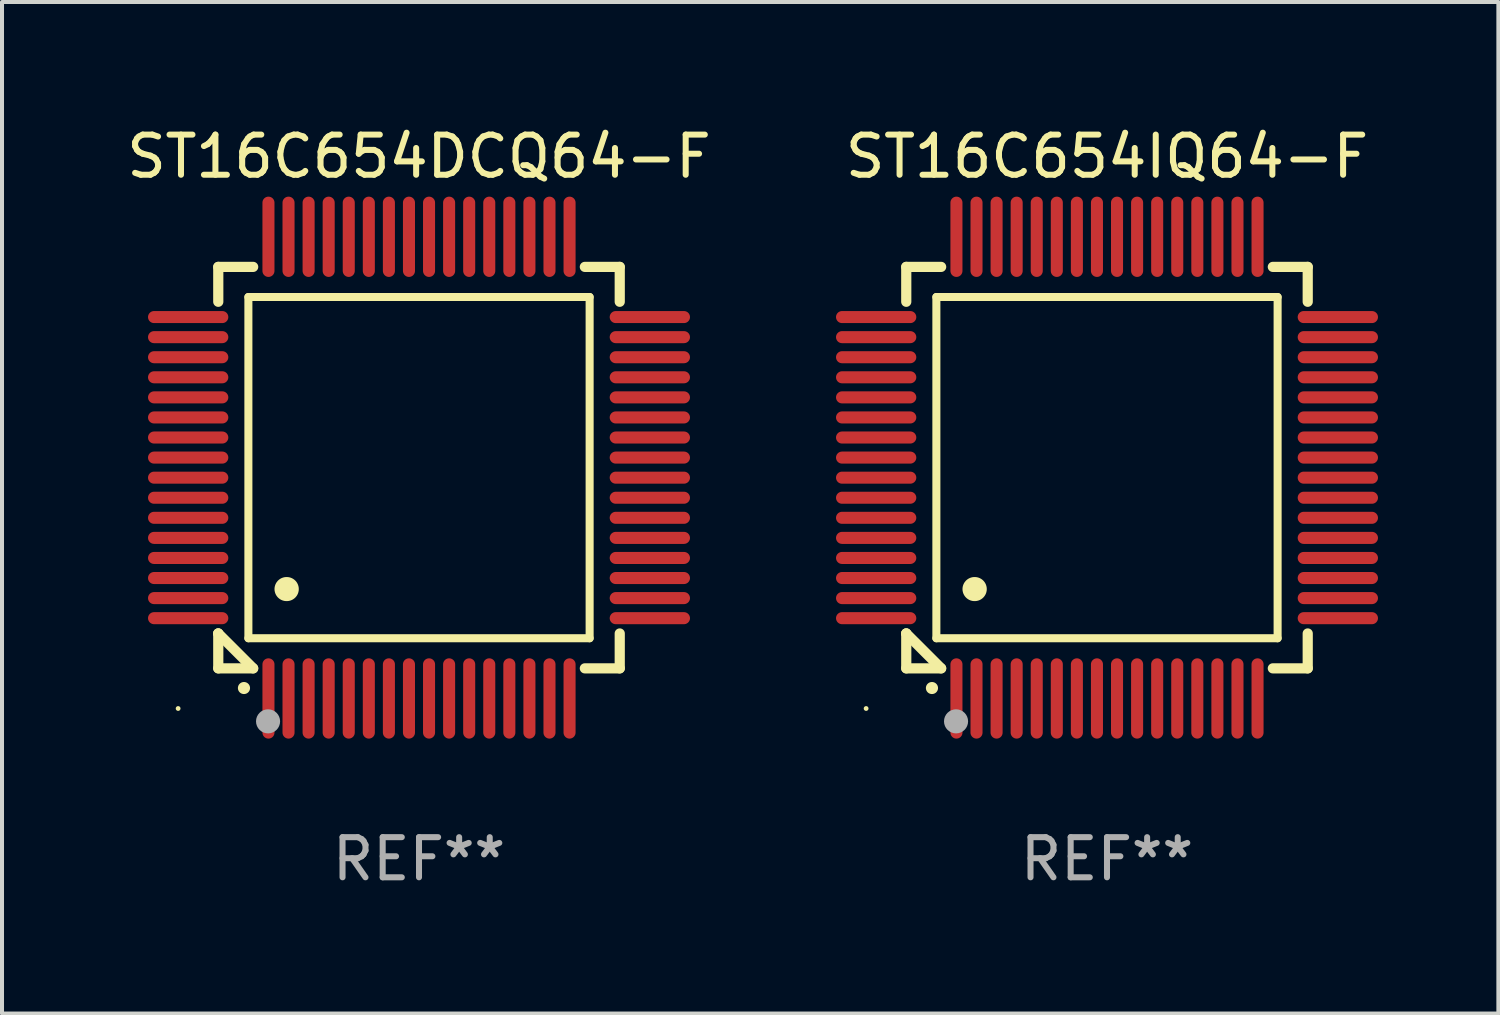
<source format=kicad_pcb>
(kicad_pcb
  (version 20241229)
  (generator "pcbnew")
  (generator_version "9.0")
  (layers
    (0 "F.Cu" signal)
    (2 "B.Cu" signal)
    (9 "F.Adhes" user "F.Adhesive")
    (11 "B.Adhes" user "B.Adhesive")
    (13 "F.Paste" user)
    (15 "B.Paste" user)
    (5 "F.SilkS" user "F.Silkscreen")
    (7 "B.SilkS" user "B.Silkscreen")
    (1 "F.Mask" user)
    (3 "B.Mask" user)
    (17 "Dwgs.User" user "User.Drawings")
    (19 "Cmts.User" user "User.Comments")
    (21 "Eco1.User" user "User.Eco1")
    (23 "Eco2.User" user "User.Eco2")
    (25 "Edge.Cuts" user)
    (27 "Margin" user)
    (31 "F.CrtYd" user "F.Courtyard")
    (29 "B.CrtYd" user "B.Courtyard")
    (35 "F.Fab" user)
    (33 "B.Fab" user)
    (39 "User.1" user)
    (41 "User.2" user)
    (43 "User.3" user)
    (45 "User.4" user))
  (footprint "ST16C654DCQ64-F"
    (layer "F.Cu")
    (at 7.387 8.598)
    (property "Reference" "ST16C654DCQ64-F" (at 0 -7.75 0) (layer "F.SilkS") (effects (font (size 1 1) (thickness 0.15))))
    (attr through_hole)
    (fp_line (start -5 -5) (end -4.131 -5) (stroke (width 0.254) (type solid)) (layer "F.SilkS"))
    (fp_line (start -5 -4.131) (end -5 -5) (stroke (width 0.254) (type solid)) (layer "F.SilkS"))
    (fp_line (start -5 4.131) (end -5 4.131) (stroke (width 0.254) (type solid)) (layer "F.SilkS"))
    (fp_line (start -5 5) (end -5 4.131) (stroke (width 0.254) (type solid)) (layer "F.SilkS"))
    (fp_line (start -5 4.131) (end -4.131 5) (stroke (width 0.254) (type solid)) (layer "F.SilkS"))
    (fp_line (start -4.25 -4.25) (end -4.25 4.25) (stroke (width 0.2) (type solid)) (layer "F.SilkS"))
    (fp_line (start -4.25 4.25) (end 4.25 4.25) (stroke (width 0.2) (type solid)) (layer "F.SilkS"))
    (fp_line (start -4.131 5) (end -5 5) (stroke (width 0.254) (type solid)) (layer "F.SilkS"))
    (fp_line (start 4.25 -4.25) (end -4.25 -4.25) (stroke (width 0.2) (type solid)) (layer "F.SilkS"))
    (fp_line (start 4.25 4.25) (end 4.25 -4.25) (stroke (width 0.2) (type solid)) (layer "F.SilkS"))
    (fp_line (start 5 -5) (end 4.131 -5) (stroke (width 0.254) (type solid)) (layer "F.SilkS"))
    (fp_line (start 5 -5) (end 5 -4.131) (stroke (width 0.254) (type solid)) (layer "F.SilkS"))
    (fp_line (start 5 4.131) (end 5 5) (stroke (width 0.254) (type solid)) (layer "F.SilkS"))
    (fp_line (start 5 5) (end 4.131 5) (stroke (width 0.254) (type solid)) (layer "F.SilkS"))
    (fp_arc (start -4.361265 5.489992) (mid -4.359995 5.489987) (end -4.358725 5.489992) (stroke (width 0.3) (type solid)) (layer "F.SilkS"))
    (fp_arc (start -3.299467 3.025146) (mid -3.296927 3.025135) (end -3.294387 3.025146) (stroke (width 0.6) (type solid)) (layer "F.SilkS"))
    (fp_circle (center -6 6) (end -5.97 6) (stroke (width 0.06) (type solid)) (fill no) (layer "F.SilkS"))
    (fp_circle (center -3.76 6.32) (end -3.61 6.32) (stroke (width 0.3) (type solid)) (fill no) (layer "F.Fab"))
    (fp_text user "REF**" (at 0 9.75 0) (layer "F.Fab") (effects (font (size 1 1) (thickness 0.15))))
    (pad "1" smd oval (at -3.75 5.75) (size 0.3 2) (layers "F.Cu" "F.Mask" "F.Paste"))
    (pad "2" smd oval (at -3.25 5.75) (size 0.3 2) (layers "F.Cu" "F.Mask" "F.Paste"))
    (pad "3" smd oval (at -2.75 5.75) (size 0.3 2) (layers "F.Cu" "F.Mask" "F.Paste"))
    (pad "4" smd oval (at -2.25 5.75) (size 0.3 2) (layers "F.Cu" "F.Mask" "F.Paste"))
    (pad "5" smd oval (at -1.75 5.75) (size 0.3 2) (layers "F.Cu" "F.Mask" "F.Paste"))
    (pad "6" smd oval (at -1.25 5.75) (size 0.3 2) (layers "F.Cu" "F.Mask" "F.Paste"))
    (pad "7" smd oval (at -0.75 5.75) (size 0.3 2) (layers "F.Cu" "F.Mask" "F.Paste"))
    (pad "8" smd oval (at -0.25 5.75) (size 0.3 2) (layers "F.Cu" "F.Mask" "F.Paste"))
    (pad "9" smd oval (at 0.25 5.75) (size 0.3 2) (layers "F.Cu" "F.Mask" "F.Paste"))
    (pad "10" smd oval (at 0.75 5.75) (size 0.3 2) (layers "F.Cu" "F.Mask" "F.Paste"))
    (pad "11" smd oval (at 1.25 5.75) (size 0.3 2) (layers "F.Cu" "F.Mask" "F.Paste"))
    (pad "12" smd oval (at 1.75 5.75) (size 0.3 2) (layers "F.Cu" "F.Mask" "F.Paste"))
    (pad "13" smd oval (at 2.25 5.75) (size 0.3 2) (layers "F.Cu" "F.Mask" "F.Paste"))
    (pad "14" smd oval (at 2.75 5.75) (size 0.3 2) (layers "F.Cu" "F.Mask" "F.Paste"))
    (pad "15" smd oval (at 3.25 5.75) (size 0.3 2) (layers "F.Cu" "F.Mask" "F.Paste"))
    (pad "16" smd oval (at 3.75 5.75) (size 0.3 2) (layers "F.Cu" "F.Mask" "F.Paste"))
    (pad "17" smd oval (at 5.75 3.75) (size 2 0.3) (layers "F.Cu" "F.Mask" "F.Paste"))
    (pad "18" smd oval (at 5.75 3.25) (size 2 0.3) (layers "F.Cu" "F.Mask" "F.Paste"))
    (pad "19" smd oval (at 5.75 2.75) (size 2 0.3) (layers "F.Cu" "F.Mask" "F.Paste"))
    (pad "20" smd oval (at 5.75 2.25) (size 2 0.3) (layers "F.Cu" "F.Mask" "F.Paste"))
    (pad "21" smd oval (at 5.75 1.75) (size 2 0.3) (layers "F.Cu" "F.Mask" "F.Paste"))
    (pad "22" smd oval (at 5.75 1.25) (size 2 0.3) (layers "F.Cu" "F.Mask" "F.Paste"))
    (pad "23" smd oval (at 5.75 0.75) (size 2 0.3) (layers "F.Cu" "F.Mask" "F.Paste"))
    (pad "24" smd oval (at 5.75 0.25) (size 2 0.3) (layers "F.Cu" "F.Mask" "F.Paste"))
    (pad "25" smd oval (at 5.75 -0.25) (size 2 0.3) (layers "F.Cu" "F.Mask" "F.Paste"))
    (pad "26" smd oval (at 5.75 -0.75) (size 2 0.3) (layers "F.Cu" "F.Mask" "F.Paste"))
    (pad "27" smd oval (at 5.75 -1.25) (size 2 0.3) (layers "F.Cu" "F.Mask" "F.Paste"))
    (pad "28" smd oval (at 5.75 -1.75) (size 2 0.3) (layers "F.Cu" "F.Mask" "F.Paste"))
    (pad "29" smd oval (at 5.75 -2.25) (size 2 0.3) (layers "F.Cu" "F.Mask" "F.Paste"))
    (pad "30" smd oval (at 5.75 -2.75) (size 2 0.3) (layers "F.Cu" "F.Mask" "F.Paste"))
    (pad "31" smd oval (at 5.75 -3.25) (size 2 0.3) (layers "F.Cu" "F.Mask" "F.Paste"))
    (pad "32" smd oval (at 5.75 -3.75) (size 2 0.3) (layers "F.Cu" "F.Mask" "F.Paste"))
    (pad "33" smd oval (at 3.75 -5.75) (size 0.3 2) (layers "F.Cu" "F.Mask" "F.Paste"))
    (pad "34" smd oval (at 3.25 -5.75) (size 0.3 2) (layers "F.Cu" "F.Mask" "F.Paste"))
    (pad "35" smd oval (at 2.75 -5.75) (size 0.3 2) (layers "F.Cu" "F.Mask" "F.Paste"))
    (pad "36" smd oval (at 2.25 -5.75) (size 0.3 2) (layers "F.Cu" "F.Mask" "F.Paste"))
    (pad "37" smd oval (at 1.75 -5.75) (size 0.3 2) (layers "F.Cu" "F.Mask" "F.Paste"))
    (pad "38" smd oval (at 1.25 -5.75) (size 0.3 2) (layers "F.Cu" "F.Mask" "F.Paste"))
    (pad "39" smd oval (at 0.75 -5.75) (size 0.3 2) (layers "F.Cu" "F.Mask" "F.Paste"))
    (pad "40" smd oval (at 0.25 -5.75) (size 0.3 2) (layers "F.Cu" "F.Mask" "F.Paste"))
    (pad "41" smd oval (at -0.25 -5.75) (size 0.3 2) (layers "F.Cu" "F.Mask" "F.Paste"))
    (pad "42" smd oval (at -0.75 -5.75) (size 0.3 2) (layers "F.Cu" "F.Mask" "F.Paste"))
    (pad "43" smd oval (at -1.25 -5.75) (size 0.3 2) (layers "F.Cu" "F.Mask" "F.Paste"))
    (pad "44" smd oval (at -1.75 -5.75) (size 0.3 2) (layers "F.Cu" "F.Mask" "F.Paste"))
    (pad "45" smd oval (at -2.25 -5.75) (size 0.3 2) (layers "F.Cu" "F.Mask" "F.Paste"))
    (pad "46" smd oval (at -2.75 -5.75) (size 0.3 2) (layers "F.Cu" "F.Mask" "F.Paste"))
    (pad "47" smd oval (at -3.25 -5.75) (size 0.3 2) (layers "F.Cu" "F.Mask" "F.Paste"))
    (pad "48" smd oval (at -3.75 -5.75) (size 0.3 2) (layers "F.Cu" "F.Mask" "F.Paste"))
    (pad "49" smd oval (at -5.75 -3.75) (size 2 0.3) (layers "F.Cu" "F.Mask" "F.Paste"))
    (pad "50" smd oval (at -5.75 -3.25) (size 2 0.3) (layers "F.Cu" "F.Mask" "F.Paste"))
    (pad "51" smd oval (at -5.75 -2.75) (size 2 0.3) (layers "F.Cu" "F.Mask" "F.Paste"))
    (pad "52" smd oval (at -5.75 -2.25) (size 2 0.3) (layers "F.Cu" "F.Mask" "F.Paste"))
    (pad "53" smd oval (at -5.75 -1.75) (size 2 0.3) (layers "F.Cu" "F.Mask" "F.Paste"))
    (pad "54" smd oval (at -5.75 -1.25) (size 2 0.3) (layers "F.Cu" "F.Mask" "F.Paste"))
    (pad "55" smd oval (at -5.75 -0.75) (size 2 0.3) (layers "F.Cu" "F.Mask" "F.Paste"))
    (pad "56" smd oval (at -5.75 -0.25) (size 2 0.3) (layers "F.Cu" "F.Mask" "F.Paste"))
    (pad "57" smd oval (at -5.75 0.25) (size 2 0.3) (layers "F.Cu" "F.Mask" "F.Paste"))
    (pad "58" smd oval (at -5.75 0.75) (size 2 0.3) (layers "F.Cu" "F.Mask" "F.Paste"))
    (pad "59" smd oval (at -5.75 1.25) (size 2 0.3) (layers "F.Cu" "F.Mask" "F.Paste"))
    (pad "60" smd oval (at -5.75 1.75) (size 2 0.3) (layers "F.Cu" "F.Mask" "F.Paste"))
    (pad "61" smd oval (at -5.75 2.25) (size 2 0.3) (layers "F.Cu" "F.Mask" "F.Paste"))
    (pad "62" smd oval (at -5.75 2.75) (size 2 0.3) (layers "F.Cu" "F.Mask" "F.Paste"))
    (pad "63" smd oval (at -5.75 3.25) (size 2 0.3) (layers "F.Cu" "F.Mask" "F.Paste"))
    (pad "64" smd oval (at -5.75 3.75) (size 2 0.3) (layers "F.Cu" "F.Mask" "F.Paste")))
  (footprint "ST16C654IQ64-F"
    (layer "F.Cu")
    (at 24.524 8.598)
    (property "Reference" "ST16C654IQ64-F" (at 0 -7.75 0) (layer "F.SilkS") (effects (font (size 1 1) (thickness 0.15))))
    (attr through_hole)
    (fp_line (start -5 -5) (end -4.131 -5) (stroke (width 0.254) (type solid)) (layer "F.SilkS"))
    (fp_line (start -5 -4.131) (end -5 -5) (stroke (width 0.254) (type solid)) (layer "F.SilkS"))
    (fp_line (start -5 4.131) (end -5 4.131) (stroke (width 0.254) (type solid)) (layer "F.SilkS"))
    (fp_line (start -5 5) (end -5 4.131) (stroke (width 0.254) (type solid)) (layer "F.SilkS"))
    (fp_line (start -5 4.131) (end -4.131 5) (stroke (width 0.254) (type solid)) (layer "F.SilkS"))
    (fp_line (start -4.25 -4.25) (end -4.25 4.25) (stroke (width 0.2) (type solid)) (layer "F.SilkS"))
    (fp_line (start -4.25 4.25) (end 4.25 4.25) (stroke (width 0.2) (type solid)) (layer "F.SilkS"))
    (fp_line (start -4.131 5) (end -5 5) (stroke (width 0.254) (type solid)) (layer "F.SilkS"))
    (fp_line (start 4.25 -4.25) (end -4.25 -4.25) (stroke (width 0.2) (type solid)) (layer "F.SilkS"))
    (fp_line (start 4.25 4.25) (end 4.25 -4.25) (stroke (width 0.2) (type solid)) (layer "F.SilkS"))
    (fp_line (start 5 -5) (end 4.131 -5) (stroke (width 0.254) (type solid)) (layer "F.SilkS"))
    (fp_line (start 5 -5) (end 5 -4.131) (stroke (width 0.254) (type solid)) (layer "F.SilkS"))
    (fp_line (start 5 4.131) (end 5 5) (stroke (width 0.254) (type solid)) (layer "F.SilkS"))
    (fp_line (start 5 5) (end 4.131 5) (stroke (width 0.254) (type solid)) (layer "F.SilkS"))
    (fp_arc (start -4.361265 5.489992) (mid -4.359995 5.489987) (end -4.358725 5.489992) (stroke (width 0.3) (type solid)) (layer "F.SilkS"))
    (fp_arc (start -3.299467 3.025146) (mid -3.296927 3.025135) (end -3.294387 3.025146) (stroke (width 0.6) (type solid)) (layer "F.SilkS"))
    (fp_circle (center -6 6) (end -5.97 6) (stroke (width 0.06) (type solid)) (fill no) (layer "F.SilkS"))
    (fp_circle (center -3.76 6.32) (end -3.61 6.32) (stroke (width 0.3) (type solid)) (fill no) (layer "F.Fab"))
    (fp_text user "REF**" (at 0 9.75 0) (layer "F.Fab") (effects (font (size 1 1) (thickness 0.15))))
    (pad "1" smd oval (at -3.75 5.75) (size 0.3 2) (layers "F.Cu" "F.Mask" "F.Paste"))
    (pad "2" smd oval (at -3.25 5.75) (size 0.3 2) (layers "F.Cu" "F.Mask" "F.Paste"))
    (pad "3" smd oval (at -2.75 5.75) (size 0.3 2) (layers "F.Cu" "F.Mask" "F.Paste"))
    (pad "4" smd oval (at -2.25 5.75) (size 0.3 2) (layers "F.Cu" "F.Mask" "F.Paste"))
    (pad "5" smd oval (at -1.75 5.75) (size 0.3 2) (layers "F.Cu" "F.Mask" "F.Paste"))
    (pad "6" smd oval (at -1.25 5.75) (size 0.3 2) (layers "F.Cu" "F.Mask" "F.Paste"))
    (pad "7" smd oval (at -0.75 5.75) (size 0.3 2) (layers "F.Cu" "F.Mask" "F.Paste"))
    (pad "8" smd oval (at -0.25 5.75) (size 0.3 2) (layers "F.Cu" "F.Mask" "F.Paste"))
    (pad "9" smd oval (at 0.25 5.75) (size 0.3 2) (layers "F.Cu" "F.Mask" "F.Paste"))
    (pad "10" smd oval (at 0.75 5.75) (size 0.3 2) (layers "F.Cu" "F.Mask" "F.Paste"))
    (pad "11" smd oval (at 1.25 5.75) (size 0.3 2) (layers "F.Cu" "F.Mask" "F.Paste"))
    (pad "12" smd oval (at 1.75 5.75) (size 0.3 2) (layers "F.Cu" "F.Mask" "F.Paste"))
    (pad "13" smd oval (at 2.25 5.75) (size 0.3 2) (layers "F.Cu" "F.Mask" "F.Paste"))
    (pad "14" smd oval (at 2.75 5.75) (size 0.3 2) (layers "F.Cu" "F.Mask" "F.Paste"))
    (pad "15" smd oval (at 3.25 5.75) (size 0.3 2) (layers "F.Cu" "F.Mask" "F.Paste"))
    (pad "16" smd oval (at 3.75 5.75) (size 0.3 2) (layers "F.Cu" "F.Mask" "F.Paste"))
    (pad "17" smd oval (at 5.75 3.75) (size 2 0.3) (layers "F.Cu" "F.Mask" "F.Paste"))
    (pad "18" smd oval (at 5.75 3.25) (size 2 0.3) (layers "F.Cu" "F.Mask" "F.Paste"))
    (pad "19" smd oval (at 5.75 2.75) (size 2 0.3) (layers "F.Cu" "F.Mask" "F.Paste"))
    (pad "20" smd oval (at 5.75 2.25) (size 2 0.3) (layers "F.Cu" "F.Mask" "F.Paste"))
    (pad "21" smd oval (at 5.75 1.75) (size 2 0.3) (layers "F.Cu" "F.Mask" "F.Paste"))
    (pad "22" smd oval (at 5.75 1.25) (size 2 0.3) (layers "F.Cu" "F.Mask" "F.Paste"))
    (pad "23" smd oval (at 5.75 0.75) (size 2 0.3) (layers "F.Cu" "F.Mask" "F.Paste"))
    (pad "24" smd oval (at 5.75 0.25) (size 2 0.3) (layers "F.Cu" "F.Mask" "F.Paste"))
    (pad "25" smd oval (at 5.75 -0.25) (size 2 0.3) (layers "F.Cu" "F.Mask" "F.Paste"))
    (pad "26" smd oval (at 5.75 -0.75) (size 2 0.3) (layers "F.Cu" "F.Mask" "F.Paste"))
    (pad "27" smd oval (at 5.75 -1.25) (size 2 0.3) (layers "F.Cu" "F.Mask" "F.Paste"))
    (pad "28" smd oval (at 5.75 -1.75) (size 2 0.3) (layers "F.Cu" "F.Mask" "F.Paste"))
    (pad "29" smd oval (at 5.75 -2.25) (size 2 0.3) (layers "F.Cu" "F.Mask" "F.Paste"))
    (pad "30" smd oval (at 5.75 -2.75) (size 2 0.3) (layers "F.Cu" "F.Mask" "F.Paste"))
    (pad "31" smd oval (at 5.75 -3.25) (size 2 0.3) (layers "F.Cu" "F.Mask" "F.Paste"))
    (pad "32" smd oval (at 5.75 -3.75) (size 2 0.3) (layers "F.Cu" "F.Mask" "F.Paste"))
    (pad "33" smd oval (at 3.75 -5.75) (size 0.3 2) (layers "F.Cu" "F.Mask" "F.Paste"))
    (pad "34" smd oval (at 3.25 -5.75) (size 0.3 2) (layers "F.Cu" "F.Mask" "F.Paste"))
    (pad "35" smd oval (at 2.75 -5.75) (size 0.3 2) (layers "F.Cu" "F.Mask" "F.Paste"))
    (pad "36" smd oval (at 2.25 -5.75) (size 0.3 2) (layers "F.Cu" "F.Mask" "F.Paste"))
    (pad "37" smd oval (at 1.75 -5.75) (size 0.3 2) (layers "F.Cu" "F.Mask" "F.Paste"))
    (pad "38" smd oval (at 1.25 -5.75) (size 0.3 2) (layers "F.Cu" "F.Mask" "F.Paste"))
    (pad "39" smd oval (at 0.75 -5.75) (size 0.3 2) (layers "F.Cu" "F.Mask" "F.Paste"))
    (pad "40" smd oval (at 0.25 -5.75) (size 0.3 2) (layers "F.Cu" "F.Mask" "F.Paste"))
    (pad "41" smd oval (at -0.25 -5.75) (size 0.3 2) (layers "F.Cu" "F.Mask" "F.Paste"))
    (pad "42" smd oval (at -0.75 -5.75) (size 0.3 2) (layers "F.Cu" "F.Mask" "F.Paste"))
    (pad "43" smd oval (at -1.25 -5.75) (size 0.3 2) (layers "F.Cu" "F.Mask" "F.Paste"))
    (pad "44" smd oval (at -1.75 -5.75) (size 0.3 2) (layers "F.Cu" "F.Mask" "F.Paste"))
    (pad "45" smd oval (at -2.25 -5.75) (size 0.3 2) (layers "F.Cu" "F.Mask" "F.Paste"))
    (pad "46" smd oval (at -2.75 -5.75) (size 0.3 2) (layers "F.Cu" "F.Mask" "F.Paste"))
    (pad "47" smd oval (at -3.25 -5.75) (size 0.3 2) (layers "F.Cu" "F.Mask" "F.Paste"))
    (pad "48" smd oval (at -3.75 -5.75) (size 0.3 2) (layers "F.Cu" "F.Mask" "F.Paste"))
    (pad "49" smd oval (at -5.75 -3.75) (size 2 0.3) (layers "F.Cu" "F.Mask" "F.Paste"))
    (pad "50" smd oval (at -5.75 -3.25) (size 2 0.3) (layers "F.Cu" "F.Mask" "F.Paste"))
    (pad "51" smd oval (at -5.75 -2.75) (size 2 0.3) (layers "F.Cu" "F.Mask" "F.Paste"))
    (pad "52" smd oval (at -5.75 -2.25) (size 2 0.3) (layers "F.Cu" "F.Mask" "F.Paste"))
    (pad "53" smd oval (at -5.75 -1.75) (size 2 0.3) (layers "F.Cu" "F.Mask" "F.Paste"))
    (pad "54" smd oval (at -5.75 -1.25) (size 2 0.3) (layers "F.Cu" "F.Mask" "F.Paste"))
    (pad "55" smd oval (at -5.75 -0.75) (size 2 0.3) (layers "F.Cu" "F.Mask" "F.Paste"))
    (pad "56" smd oval (at -5.75 -0.25) (size 2 0.3) (layers "F.Cu" "F.Mask" "F.Paste"))
    (pad "57" smd oval (at -5.75 0.25) (size 2 0.3) (layers "F.Cu" "F.Mask" "F.Paste"))
    (pad "58" smd oval (at -5.75 0.75) (size 2 0.3) (layers "F.Cu" "F.Mask" "F.Paste"))
    (pad "59" smd oval (at -5.75 1.25) (size 2 0.3) (layers "F.Cu" "F.Mask" "F.Paste"))
    (pad "60" smd oval (at -5.75 1.75) (size 2 0.3) (layers "F.Cu" "F.Mask" "F.Paste"))
    (pad "61" smd oval (at -5.75 2.25) (size 2 0.3) (layers "F.Cu" "F.Mask" "F.Paste"))
    (pad "62" smd oval (at -5.75 2.75) (size 2 0.3) (layers "F.Cu" "F.Mask" "F.Paste"))
    (pad "63" smd oval (at -5.75 3.25) (size 2 0.3) (layers "F.Cu" "F.Mask" "F.Paste"))
    (pad "64" smd oval (at -5.75 3.75) (size 2 0.3) (layers "F.Cu" "F.Mask" "F.Paste")))
  (gr_rect
    (start -3 -3)
    (end 34.273 22.196)
    (stroke (width 0.1) (type default))
    (fill no)
    (layer "Edge.Cuts")))
</source>
